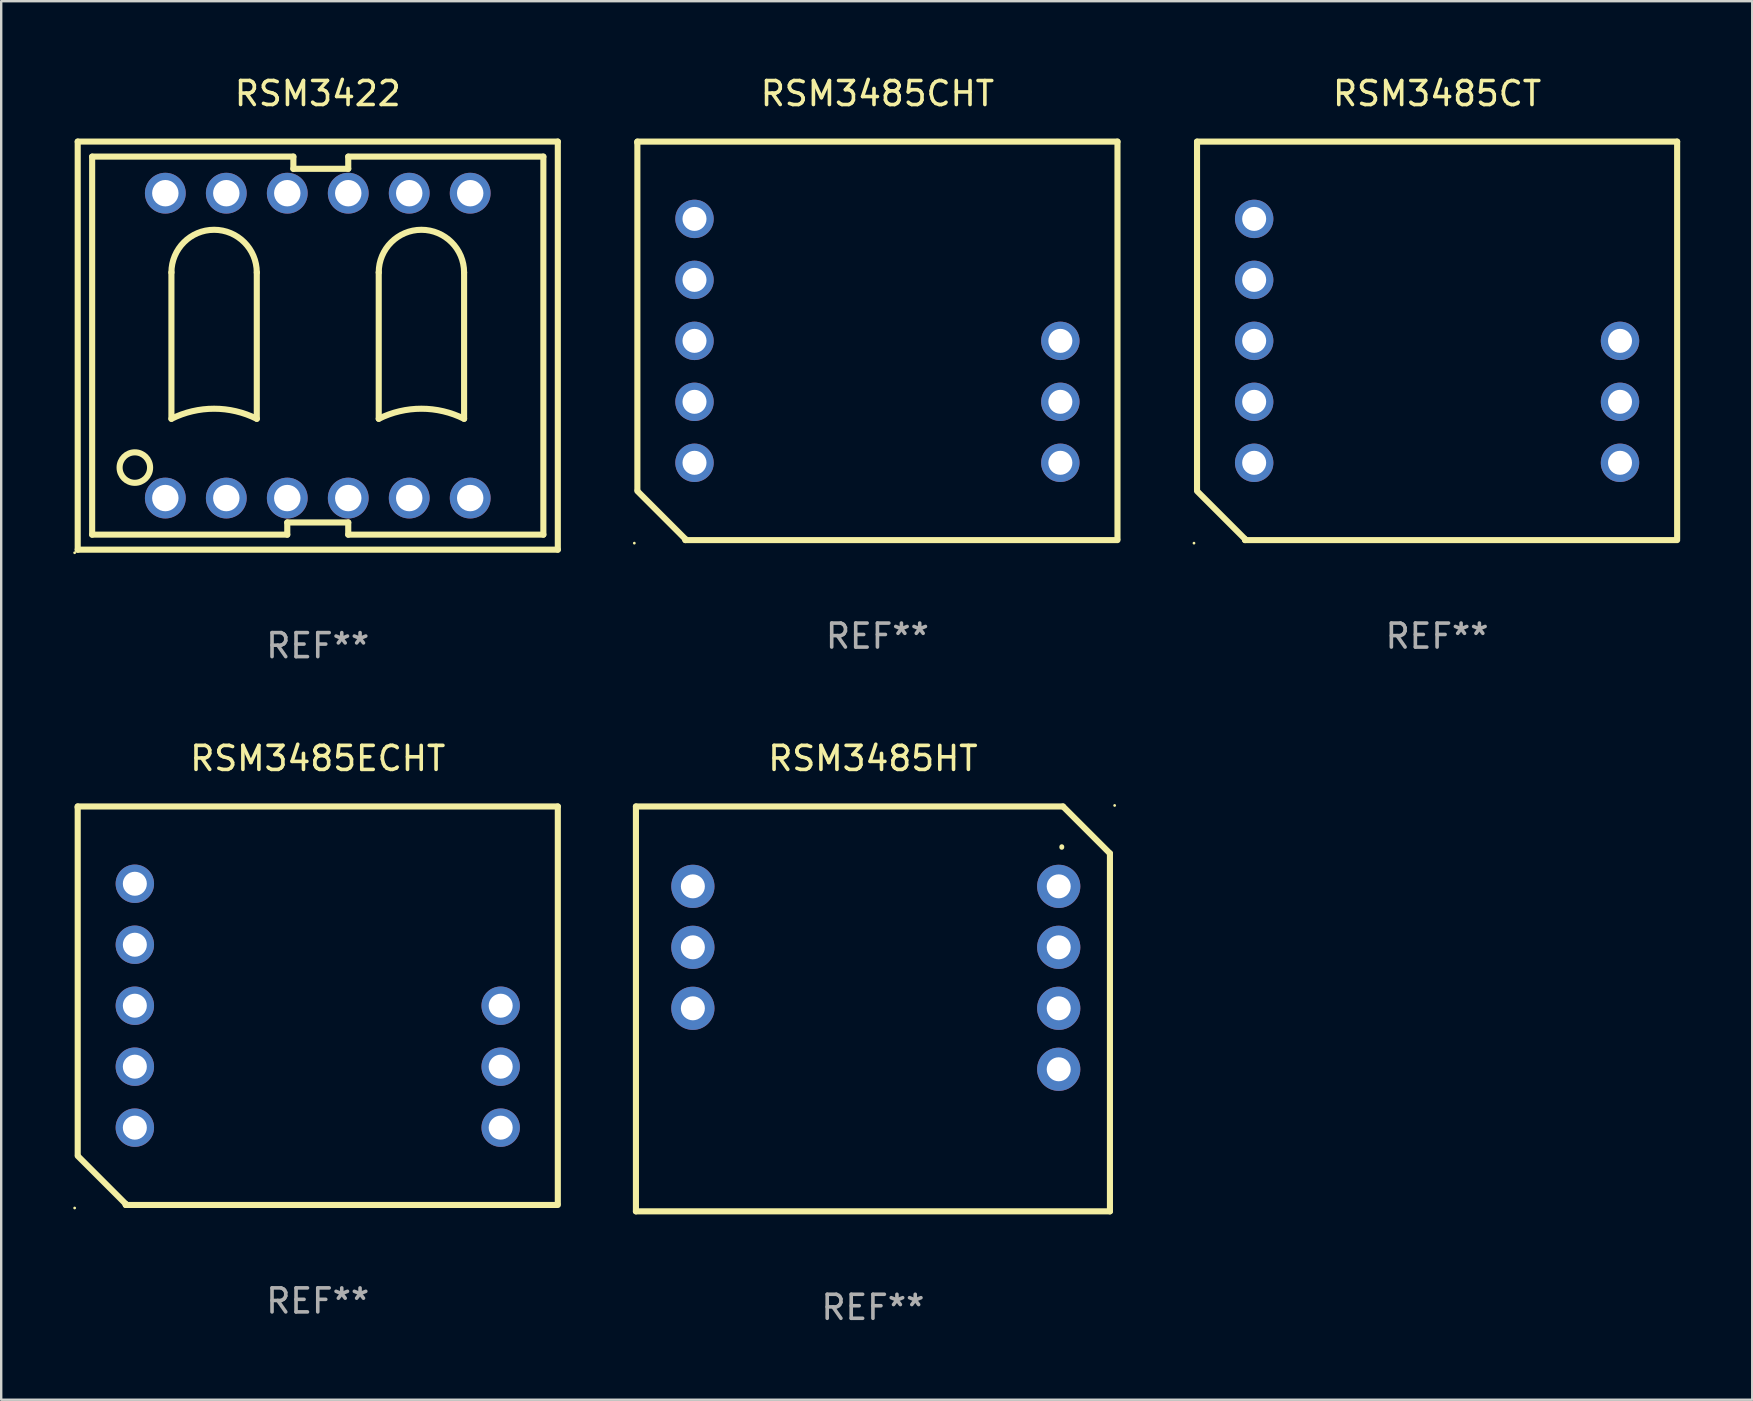
<source format=kicad_pcb>
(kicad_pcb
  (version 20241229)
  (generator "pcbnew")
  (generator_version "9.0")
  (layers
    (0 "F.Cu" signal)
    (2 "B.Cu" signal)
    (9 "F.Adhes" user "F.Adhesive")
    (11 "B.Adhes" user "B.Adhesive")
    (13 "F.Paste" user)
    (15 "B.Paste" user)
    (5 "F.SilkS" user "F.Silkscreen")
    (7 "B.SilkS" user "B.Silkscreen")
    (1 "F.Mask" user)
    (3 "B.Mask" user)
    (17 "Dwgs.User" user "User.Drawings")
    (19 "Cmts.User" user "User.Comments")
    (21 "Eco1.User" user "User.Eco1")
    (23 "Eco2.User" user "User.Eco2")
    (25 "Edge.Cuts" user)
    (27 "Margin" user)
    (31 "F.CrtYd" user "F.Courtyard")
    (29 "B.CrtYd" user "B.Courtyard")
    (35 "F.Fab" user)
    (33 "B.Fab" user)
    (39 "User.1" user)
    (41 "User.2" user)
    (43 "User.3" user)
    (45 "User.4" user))
  (footprint "RSM3485CT"
    (layer "F.Cu")
    (at 56.815 11.149)
    (property "Reference" "RSM3485CT" (at 0 -10.3 0) (layer "F.SilkS") (effects (font (size 1 1) (thickness 0.15))))
    (attr through_hole)
    (fp_line (start -10 -8.3) (end -10 -8.255) (stroke (width 0.254) (type solid)) (layer "F.SilkS"))
    (fp_line (start -10 -8.3) (end 10 -8.3) (stroke (width 0.254) (type solid)) (layer "F.SilkS"))
    (fp_line (start -10 -8.255) (end -10 6.2) (stroke (width 0.254) (type solid)) (layer "F.SilkS"))
    (fp_line (start -8 8.257) (end -10 6.257) (stroke (width 0.254) (type solid)) (layer "F.SilkS"))
    (fp_line (start -8 8.3) (end -8 8.257) (stroke (width 0.254) (type solid)) (layer "F.SilkS"))
    (fp_line (start -8 8.3) (end 10 8.3) (stroke (width 0.254) (type solid)) (layer "F.SilkS"))
    (fp_line (start 10 -8.3) (end 10 8.24) (stroke (width 0.254) (type solid)) (layer "F.SilkS"))
    (fp_circle (center -10.127 8.427) (end -10.097 8.427) (stroke (width 0.06) (type solid)) (fill no) (layer "F.SilkS"))
    (fp_text user "REF**" (at 0 12.3 0) (layer "F.Fab") (effects (font (size 1 1) (thickness 0.15))))
    (pad "1" thru_hole circle (at -7.62 5.08) (size 1.6 1.6) (drill 1) (layers "*.Cu" "*.Mask"))
    (pad "2" thru_hole circle (at -7.62 2.54) (size 1.6 1.6) (drill 1) (layers "*.Cu" "*.Mask"))
    (pad "3" thru_hole circle (at -7.62 0.000343) (size 1.6 1.6) (drill 1) (layers "*.Cu" "*.Mask"))
    (pad "4" thru_hole circle (at -7.62 -2.54) (size 1.6 1.6) (drill 1) (layers "*.Cu" "*.Mask"))
    (pad "5" thru_hole circle (at -7.62 -5.08) (size 1.6 1.6) (drill 1) (layers "*.Cu" "*.Mask"))
    (pad "8" thru_hole circle (at 7.62 0.000343) (size 1.6 1.6) (drill 1) (layers "*.Cu" "*.Mask"))
    (pad "9" thru_hole circle (at 7.62 2.54) (size 1.6 1.6) (drill 1) (layers "*.Cu" "*.Mask"))
    (pad "10" thru_hole circle (at 7.62 5.08) (size 1.6 1.6) (drill 1) (layers "*.Cu" "*.Mask")))
  (footprint "RSM3485ECHT"
    (layer "F.Cu")
    (at 10.187 38.845)
    (property "Reference" "RSM3485ECHT" (at 0 -10.3 0) (layer "F.SilkS") (effects (font (size 1 1) (thickness 0.15))))
    (attr through_hole)
    (fp_line (start -10 -8.3) (end -10 -8.255) (stroke (width 0.254) (type solid)) (layer "F.SilkS"))
    (fp_line (start -10 -8.3) (end 10 -8.3) (stroke (width 0.254) (type solid)) (layer "F.SilkS"))
    (fp_line (start -10 -8.255) (end -10 6.2) (stroke (width 0.254) (type solid)) (layer "F.SilkS"))
    (fp_line (start -8 8.257) (end -10 6.257) (stroke (width 0.254) (type solid)) (layer "F.SilkS"))
    (fp_line (start -8 8.3) (end -8 8.257) (stroke (width 0.254) (type solid)) (layer "F.SilkS"))
    (fp_line (start -8 8.3) (end 10 8.3) (stroke (width 0.254) (type solid)) (layer "F.SilkS"))
    (fp_line (start 10 -8.3) (end 10 8.24) (stroke (width 0.254) (type solid)) (layer "F.SilkS"))
    (fp_circle (center -10.127 8.427) (end -10.097 8.427) (stroke (width 0.06) (type solid)) (fill no) (layer "F.SilkS"))
    (fp_text user "REF**" (at 0 12.3 0) (layer "F.Fab") (effects (font (size 1 1) (thickness 0.15))))
    (pad "1" thru_hole circle (at -7.62 5.08) (size 1.6 1.6) (drill 1) (layers "*.Cu" "*.Mask"))
    (pad "2" thru_hole circle (at -7.62 2.54) (size 1.6 1.6) (drill 1) (layers "*.Cu" "*.Mask"))
    (pad "3" thru_hole circle (at -7.62 0.000343) (size 1.6 1.6) (drill 1) (layers "*.Cu" "*.Mask"))
    (pad "4" thru_hole circle (at -7.62 -2.54) (size 1.6 1.6) (drill 1) (layers "*.Cu" "*.Mask"))
    (pad "5" thru_hole circle (at -7.62 -5.08) (size 1.6 1.6) (drill 1) (layers "*.Cu" "*.Mask"))
    (pad "8" thru_hole circle (at 7.62 0.000343) (size 1.6 1.6) (drill 1) (layers "*.Cu" "*.Mask"))
    (pad "9" thru_hole circle (at 7.62 2.54) (size 1.6 1.6) (drill 1) (layers "*.Cu" "*.Mask"))
    (pad "10" thru_hole circle (at 7.62 5.08) (size 1.6 1.6) (drill 1) (layers "*.Cu" "*.Mask")))
  (footprint "RSM3422"
    (layer "F.Cu")
    (at 10.187 11.348)
    (property "Reference" "RSM3422" (at 0 -10.5 0) (layer "F.SilkS") (effects (font (size 1 1) (thickness 0.15))))
    (attr through_hole)
    (fp_line (start -10 -8.5) (end -10 8.5) (stroke (width 0.254) (type solid)) (layer "F.SilkS"))
    (fp_line (start -10 8.5) (end 10 8.5) (stroke (width 0.254) (type solid)) (layer "F.SilkS"))
    (fp_line (start -9.398 -7.874) (end -9.398 7.874) (stroke (width 0.254) (type solid)) (layer "F.SilkS"))
    (fp_line (start -9.398 7.874) (end -1.27 7.874) (stroke (width 0.254) (type solid)) (layer "F.SilkS"))
    (fp_line (start -6.096 3.048) (end -6.096 -3.05) (stroke (width 0.254) (type solid)) (layer "F.SilkS"))
    (fp_line (start -2.54 3.048) (end -2.54 -3.05) (stroke (width 0.254) (type solid)) (layer "F.SilkS"))
    (fp_line (start -1.27 7.366) (end 1.27 7.366) (stroke (width 0.254) (type solid)) (layer "F.SilkS"))
    (fp_line (start -1.27 7.874) (end -1.27 7.366) (stroke (width 0.254) (type solid)) (layer "F.SilkS"))
    (fp_line (start -1.016 -7.874) (end -9.398 -7.874) (stroke (width 0.254) (type solid)) (layer "F.SilkS"))
    (fp_line (start -1.016 -7.366) (end -1.016 -7.874) (stroke (width 0.254) (type solid)) (layer "F.SilkS"))
    (fp_line (start 1.27 -7.874) (end 1.27 -7.366) (stroke (width 0.254) (type solid)) (layer "F.SilkS"))
    (fp_line (start 1.27 -7.366) (end -1.016 -7.366) (stroke (width 0.254) (type solid)) (layer "F.SilkS"))
    (fp_line (start 1.27 7.366) (end 1.27 7.874) (stroke (width 0.254) (type solid)) (layer "F.SilkS"))
    (fp_line (start 1.27 7.874) (end 9.398 7.874) (stroke (width 0.254) (type solid)) (layer "F.SilkS"))
    (fp_line (start 2.54 3.048) (end 2.54 -3.05) (stroke (width 0.254) (type solid)) (layer "F.SilkS"))
    (fp_line (start 6.096 3.048) (end 6.096 -3.05) (stroke (width 0.254) (type solid)) (layer "F.SilkS"))
    (fp_line (start 9.398 -7.874) (end 1.27 -7.874) (stroke (width 0.254) (type solid)) (layer "F.SilkS"))
    (fp_line (start 9.398 7.874) (end 9.398 -7.874) (stroke (width 0.254) (type solid)) (layer "F.SilkS"))
    (fp_line (start 10 -8.5) (end -10 -8.5) (stroke (width 0.254) (type solid)) (layer "F.SilkS"))
    (fp_line (start 10 8.5) (end 10 -8.5) (stroke (width 0.254) (type solid)) (layer "F.SilkS"))
    (fp_arc (start -6.096013 -3.047879) (mid -4.318009 -4.825883) (end -2.540005 -3.047879) (stroke (width 0.254001) (type solid)) (layer "F.SilkS"))
    (fp_arc (start -6.096012 3.048133) (mid -4.318009 2.628404) (end -2.540005 3.048133) (stroke (width 0.254001) (type solid)) (layer "F.SilkS"))
    (fp_arc (start 2.540005 3.048133) (mid 4.318009 2.628403) (end 6.096012 3.048133) (stroke (width 0.254001) (type solid)) (layer "F.SilkS"))
    (fp_arc (start 2.540006 -3.047879) (mid 4.318009 -4.825882) (end 6.096012 -3.047879) (stroke (width 0.254001) (type solid)) (layer "F.SilkS"))
    (fp_circle (center -10.127 8.627) (end -10.097 8.627) (stroke (width 0.06) (type solid)) (fill no) (layer "F.SilkS"))
    (fp_circle (center -7.62 5.08) (end -6.985 5.08) (stroke (width 0.254) (type solid)) (fill no) (layer "F.SilkS"))
    (fp_text user "REF**" (at 0 12.5 0) (layer "F.Fab") (effects (font (size 1 1) (thickness 0.15))))
    (pad "1" thru_hole circle (at -6.35 6.35) (size 1.7 1.7) (drill 1.1) (layers "*.Cu" "*.Mask"))
    (pad "2" thru_hole circle (at -3.81 6.35) (size 1.7 1.7) (drill 1.1) (layers "*.Cu" "*.Mask"))
    (pad "3" thru_hole circle (at -1.27 6.35) (size 1.7 1.7) (drill 1.1) (layers "*.Cu" "*.Mask"))
    (pad "4" thru_hole circle (at 1.27 6.35) (size 1.7 1.7) (drill 1.1) (layers "*.Cu" "*.Mask"))
    (pad "5" thru_hole circle (at 3.81 6.35) (size 1.7 1.7) (drill 1.1) (layers "*.Cu" "*.Mask"))
    (pad "6" thru_hole circle (at 6.35 6.35) (size 1.7 1.7) (drill 1.1) (layers "*.Cu" "*.Mask"))
    (pad "7" thru_hole circle (at 6.35 -6.35) (size 1.7 1.7) (drill 1.1) (layers "*.Cu" "*.Mask"))
    (pad "8" thru_hole circle (at 3.81 -6.35) (size 1.7 1.7) (drill 1.1) (layers "*.Cu" "*.Mask"))
    (pad "9" thru_hole circle (at 1.27 -6.35) (size 1.7 1.7) (drill 1.1) (layers "*.Cu" "*.Mask"))
    (pad "10" thru_hole circle (at -1.27 -6.35) (size 1.7 1.7) (drill 1.1) (layers "*.Cu" "*.Mask"))
    (pad "11" thru_hole circle (at -3.81 -6.35) (size 1.7 1.7) (drill 1.1) (layers "*.Cu" "*.Mask"))
    (pad "12" thru_hole circle (at -6.35 -6.35) (size 1.7 1.7) (drill 1.1) (layers "*.Cu" "*.Mask")))
  (footprint "RSM3485HT"
    (layer "F.Cu")
    (at 33.314 38.978)
    (property "Reference" "RSM3485HT" (at 0 -10.433 0) (layer "F.SilkS") (effects (font (size 1 1) (thickness 0.15))))
    (attr through_hole)
    (fp_line (start -9.873 -8.433) (end 7.917 -8.433) (stroke (width 0.254) (type solid)) (layer "F.SilkS"))
    (fp_line (start -9.873 8.433) (end -9.873 -8.433) (stroke (width 0.254) (type solid)) (layer "F.SilkS"))
    (fp_line (start 7.917 -8.433) (end 9.873 -6.477) (stroke (width 0.254) (type solid)) (layer "F.SilkS"))
    (fp_line (start 9.873 -6.477) (end 9.873 8.433) (stroke (width 0.254) (type solid)) (layer "F.SilkS"))
    (fp_line (start 9.873 8.433) (end -9.873 8.433) (stroke (width 0.254) (type solid)) (layer "F.SilkS"))
    (fp_arc (start 7.866421 -6.731013) (mid 7.866575 -6.743769) (end 7.867081 -6.756515) (stroke (width 0.2032) (type solid)) (layer "F.SilkS"))
    (fp_circle (center 10.069 -8.475) (end 10.099 -8.475) (stroke (width 0.06) (type solid)) (fill no) (layer "F.SilkS"))
    (fp_text user "REF**" (at 0 12.433 0) (layer "F.Fab") (effects (font (size 1 1) (thickness 0.15))))
    (pad "1" thru_hole circle (at 7.739 -5.105) (size 1.8 1.8) (drill 1) (layers "*.Cu" "*.Mask"))
    (pad "2" thru_hole circle (at 7.739 -2.565) (size 1.8 1.8) (drill 1) (layers "*.Cu" "*.Mask"))
    (pad "3" thru_hole circle (at 7.739 -0.025) (size 1.8 1.8) (drill 1) (layers "*.Cu" "*.Mask"))
    (pad "4" thru_hole circle (at 7.739 2.515) (size 1.8 1.8) (drill 1) (layers "*.Cu" "*.Mask"))
    (pad "8" thru_hole circle (at -7.501 -0.025) (size 1.8 1.8) (drill 1) (layers "*.Cu" "*.Mask"))
    (pad "9" thru_hole circle (at -7.501 -2.565) (size 1.8 1.8) (drill 1) (layers "*.Cu" "*.Mask"))
    (pad "10" thru_hole circle (at -7.501 -5.105) (size 1.8 1.8) (drill 1) (layers "*.Cu" "*.Mask")))
  (footprint "RSM3485CHT"
    (layer "F.Cu")
    (at 33.501 11.149)
    (property "Reference" "RSM3485CHT" (at 0 -10.3 0) (layer "F.SilkS") (effects (font (size 1 1) (thickness 0.15))))
    (attr through_hole)
    (fp_line (start -10 -8.3) (end 10 -8.3) (stroke (width 0.254) (type solid)) (layer "F.SilkS"))
    (fp_line (start -10 -8.3) (end -10 -8.255) (stroke (width 0.254) (type solid)) (layer "F.SilkS"))
    (fp_line (start -10 -8.255) (end -10 6.201) (stroke (width 0.254) (type solid)) (layer "F.SilkS"))
    (fp_line (start -8 8.257) (end -10 6.257) (stroke (width 0.254) (type solid)) (layer "F.SilkS"))
    (fp_line (start -8 8.3) (end -8 8.257) (stroke (width 0.254) (type solid)) (layer "F.SilkS"))
    (fp_line (start -8 8.3) (end 10 8.3) (stroke (width 0.254) (type solid)) (layer "F.SilkS"))
    (fp_line (start 10 -8.3) (end 10 8.24) (stroke (width 0.254) (type solid)) (layer "F.SilkS"))
    (fp_circle (center -10.127 8.427) (end -10.097 8.427) (stroke (width 0.06) (type solid)) (fill no) (layer "F.SilkS"))
    (fp_text user "REF**" (at 0 12.3 0) (layer "F.Fab") (effects (font (size 1 1) (thickness 0.15))))
    (pad "1" thru_hole circle (at -7.62 5.08) (size 1.6 1.6) (drill 1) (layers "*.Cu" "*.Mask"))
    (pad "2" thru_hole circle (at -7.62 2.54) (size 1.6 1.6) (drill 1) (layers "*.Cu" "*.Mask"))
    (pad "3" thru_hole circle (at -7.62 0.000356) (size 1.6 1.6) (drill 1) (layers "*.Cu" "*.Mask"))
    (pad "4" thru_hole circle (at -7.62 -2.54) (size 1.6 1.6) (drill 1) (layers "*.Cu" "*.Mask"))
    (pad "5" thru_hole circle (at -7.62 -5.08) (size 1.6 1.6) (drill 1) (layers "*.Cu" "*.Mask"))
    (pad "8" thru_hole circle (at 7.62 0.000356) (size 1.6 1.6) (drill 1) (layers "*.Cu" "*.Mask"))
    (pad "9" thru_hole circle (at 7.62 2.54) (size 1.6 1.6) (drill 1) (layers "*.Cu" "*.Mask"))
    (pad "10" thru_hole circle (at 7.62 5.08) (size 1.6 1.6) (drill 1) (layers "*.Cu" "*.Mask")))
  (gr_rect
    (start -3 -3)
    (end 69.942 55.259)
    (stroke (width 0.1) (type default))
    (fill no)
    (layer "Edge.Cuts")))
</source>
